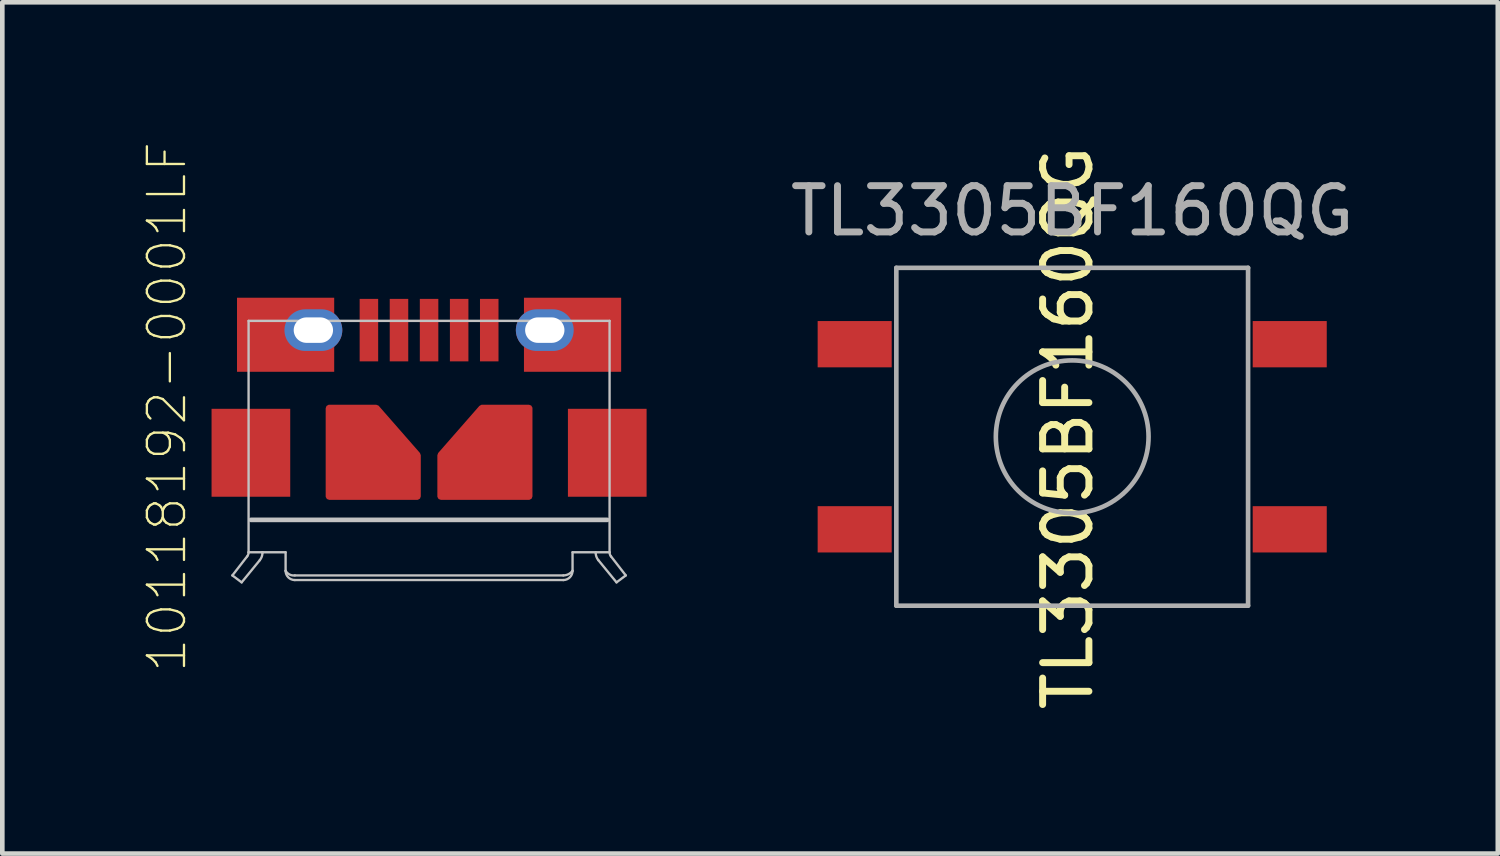
<source format=kicad_pcb>
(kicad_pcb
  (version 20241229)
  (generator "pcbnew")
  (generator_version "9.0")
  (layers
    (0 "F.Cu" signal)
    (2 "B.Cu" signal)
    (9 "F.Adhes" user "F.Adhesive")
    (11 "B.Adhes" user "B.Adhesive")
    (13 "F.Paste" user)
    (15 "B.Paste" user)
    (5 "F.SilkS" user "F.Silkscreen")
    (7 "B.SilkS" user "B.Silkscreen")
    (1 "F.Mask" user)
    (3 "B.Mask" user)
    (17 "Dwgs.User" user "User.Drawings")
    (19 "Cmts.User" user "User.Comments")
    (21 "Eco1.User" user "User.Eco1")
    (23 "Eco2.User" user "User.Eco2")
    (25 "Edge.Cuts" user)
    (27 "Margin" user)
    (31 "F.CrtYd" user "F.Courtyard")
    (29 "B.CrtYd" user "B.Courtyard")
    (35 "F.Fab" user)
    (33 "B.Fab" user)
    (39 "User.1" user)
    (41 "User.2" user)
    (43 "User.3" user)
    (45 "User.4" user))
  (footprint "TL3305BF160QG"
    (layer "F.Cu")
    (at 20.117 6.387)
    (property "Reference" "TL3305BF160QG" (at -0.094 -0.191 90) (layer "F.SilkS") (effects (font (size 1 1) (thickness 0.15))))
    (attr smd)
    (fp_line (start -3.8 -3.65) (end 3.8 -3.65) (stroke (width 0.1) (type solid)) (layer "F.Fab"))
    (fp_line (start -3.8 3.65) (end -3.8 -3.65) (stroke (width 0.1) (type solid)) (layer "F.Fab"))
    (fp_line (start 3.8 -3.65) (end 3.8 3.65) (stroke (width 0.1) (type solid)) (layer "F.Fab"))
    (fp_line (start 3.8 3.65) (end -3.8 3.65) (stroke (width 0.1) (type solid)) (layer "F.Fab"))
    (fp_circle (center 0 0) (end 1.65 0) (stroke (width 0.1) (type solid)) (fill no) (layer "F.Fab"))
    (fp_text user "${REFERENCE}" (at 0 -4.88 0) (layer "F.Fab") (effects (font (size 1 1) (thickness 0.15))))
    (pad "1" smd rect (at -4.7 -2) (size 1.6 1) (layers "F.Cu" "F.Mask" "F.Paste"))
    (pad "1" smd rect (at 4.7 -2) (size 1.6 1) (layers "F.Cu" "F.Mask" "F.Paste"))
    (pad "2" smd rect (at -4.7 2) (size 1.6 1) (layers "F.Cu" "F.Mask" "F.Paste"))
    (pad "2" smd rect (at 4.7 2) (size 1.6 1) (layers "F.Cu" "F.Mask" "F.Paste")))
  (footprint "10118192-0001LF"
    (layer "F.Cu")
    (at 6.221 8.183)
    (property "Reference" "10118192-0001LF" (at -5.664 -2.439 90) (layer "F.SilkS") (effects (font (size 0.802 0.802) (thickness 0.05))))
    (attr smd)
    (fp_line (start -4.25 1.2) (end -4.05 1.35) (stroke (width 0.051) (type solid)) (layer "Dwgs.User"))
    (fp_line (start -4.25 1.2) (end -3.931 0.789) (stroke (width 0.051) (type solid)) (layer "Dwgs.User"))
    (fp_line (start -4.05 1.35) (end -3.657 0.87) (stroke (width 0.051) (type solid)) (layer "Dwgs.User"))
    (fp_line (start -3.9 -4.3) (end 3.9 -4.3) (stroke (width 0.051) (type solid)) (layer "Dwgs.User"))
    (fp_line (start -3.9 0.7) (end -3.9 -4.3) (stroke (width 0.051) (type solid)) (layer "Dwgs.User"))
    (fp_line (start -3.6 0.7) (end -3.9 0.7) (stroke (width 0.051) (type solid)) (layer "Dwgs.User"))
    (fp_line (start -3.6 0.709) (end -3.6 0.7) (stroke (width 0.051) (type solid)) (layer "Dwgs.User"))
    (fp_line (start -3.1 0.7) (end -3.6 0.7) (stroke (width 0.051) (type solid)) (layer "Dwgs.User"))
    (fp_line (start -3.1 1.1) (end -3.1 0.7) (stroke (width 0.051) (type solid)) (layer "Dwgs.User"))
    (fp_line (start 2.9 1.2) (end -2.9 1.2) (stroke (width 0.051) (type solid)) (layer "Dwgs.User"))
    (fp_line (start 2.9 1.3) (end -2.9 1.3) (stroke (width 0.051) (type solid)) (layer "Dwgs.User"))
    (fp_line (start 3.1 0.7) (end 3.1 1.1) (stroke (width 0.051) (type solid)) (layer "Dwgs.User"))
    (fp_line (start 3.6 0.709) (end 3.6 0.7) (stroke (width 0.051) (type solid)) (layer "Dwgs.User"))
    (fp_line (start 3.85 0) (end -3.85 0) (stroke (width 0.1) (type solid)) (layer "Dwgs.User"))
    (fp_line (start 3.9 -4.3) (end 3.9 0.7) (stroke (width 0.051) (type solid)) (layer "Dwgs.User"))
    (fp_line (start 3.9 0.7) (end 3.1 0.7) (stroke (width 0.051) (type solid)) (layer "Dwgs.User"))
    (fp_line (start 4.05 1.35) (end 3.657 0.87) (stroke (width 0.051) (type solid)) (layer "Dwgs.User"))
    (fp_line (start 4.25 1.2) (end 3.931 0.789) (stroke (width 0.051) (type solid)) (layer "Dwgs.User"))
    (fp_line (start 4.25 1.2) (end 4.05 1.35) (stroke (width 0.051) (type solid)) (layer "Dwgs.User"))
    (fp_arc (start -3.9 0.7) (mid -3.907843 0.747197) (end -3.930551 0.789309) (stroke (width 0.0508) (type solid)) (layer "Dwgs.User"))
    (fp_arc (start -3.6 0.7093) (mid -3.614766 0.794718) (end -3.657396 0.870196) (stroke (width 0.0508) (type solid)) (layer "Dwgs.User"))
    (fp_arc (start -2.90028 1.200035) (mid -3.015265 1.180215) (end -3.1 1.1) (stroke (width 0.0508) (type solid)) (layer "Dwgs.User"))
    (fp_arc (start -2.9 1.3) (mid -3.041421 1.241421) (end -3.1 1.1) (stroke (width 0.0508) (type solid)) (layer "Dwgs.User"))
    (fp_arc (start 3.099921 1.100105) (mid 3.011745 1.173636) (end 2.9 1.2) (stroke (width 0.0508) (type solid)) (layer "Dwgs.User"))
    (fp_arc (start 3.1 1.1) (mid 3.041421 1.241421) (end 2.9 1.3) (stroke (width 0.0508) (type solid)) (layer "Dwgs.User"))
    (fp_arc (start 3.657396 0.870196) (mid 3.614766 0.794718) (end 3.6 0.7093) (stroke (width 0.0508) (type solid)) (layer "Dwgs.User"))
    (fp_arc (start 3.930665 0.789455) (mid 3.907868 0.747286) (end 3.9 0.7) (stroke (width 0.0508) (type solid)) (layer "Dwgs.User"))
    (pad "1" smd rect (at -1.3 -4.1 90) (size 1.35 0.4) (layers "F.Cu" "F.Mask" "F.Paste"))
    (pad "2" smd rect (at -0.65 -4.1 90) (size 1.35 0.4) (layers "F.Cu" "F.Mask" "F.Paste"))
    (pad "3" smd rect (at 0 -4.1 90) (size 1.35 0.4) (layers "F.Cu" "F.Mask" "F.Paste"))
    (pad "4" smd rect (at 0.65 -4.1 90) (size 1.35 0.4) (layers "F.Cu" "F.Mask" "F.Paste"))
    (pad "5" smd rect (at 1.3 -4.1 90) (size 1.35 0.4) (layers "F.Cu" "F.Mask" "F.Paste"))
    (pad "6" smd rect (at -3.1 -4) (size 2.1 1.6) (layers "F.Cu" "F.Mask" "F.Paste"))
    (pad "6" thru_hole oval (at -2.5 -4.1) (size 1.25 0.9) (drill oval 0.85 0.55) (layers "*.Cu" "*.Mask"))
    (pad "6" smd custom (at -1.143 -1.397) (size 1 1) (layers "F.Cu" "F.Mask" "F.Paste") (options (anchor rect)) (primitives (gr_poly (pts (xy 0.889 0.889) (xy -1.016 0.889) (xy -1.016 -1.016) (xy 0 -1.016) (xy 0.889 0)) (width 0.15) (fill yes))))
    (pad "6" smd custom (at 1.397 -1.397) (size 1 1) (layers "F.Cu" "F.Mask" "F.Paste") (options (anchor rect)) (primitives (gr_poly (pts (xy -1.143 0.889) (xy 0.762 0.889) (xy 0.762 -1.016) (xy -0.254 -1.016) (xy -1.143 0)) (width 0.15) (fill yes))))
    (pad "6" thru_hole oval (at 2.5 -4.1) (size 1.25 0.9) (drill oval 0.85 0.55) (layers "*.Cu" "*.Mask"))
    (pad "6" smd rect (at 3.1 -4) (size 2.1 1.6) (layers "F.Cu" "F.Mask" "F.Paste"))
    (pad "S1" smd rect (at -3.85 -1.45) (size 1.7 1.9) (layers "F.Cu" "F.Mask" "F.Paste"))
    (pad "S2" smd rect (at 3.85 -1.45) (size 1.7 1.9) (layers "F.Cu" "F.Mask" "F.Paste")))
  (gr_rect
    (start -3 -3)
    (end 29.313 15.393)
    (stroke (width 0.1) (type default))
    (fill no)
    (layer "Edge.Cuts")))
</source>
